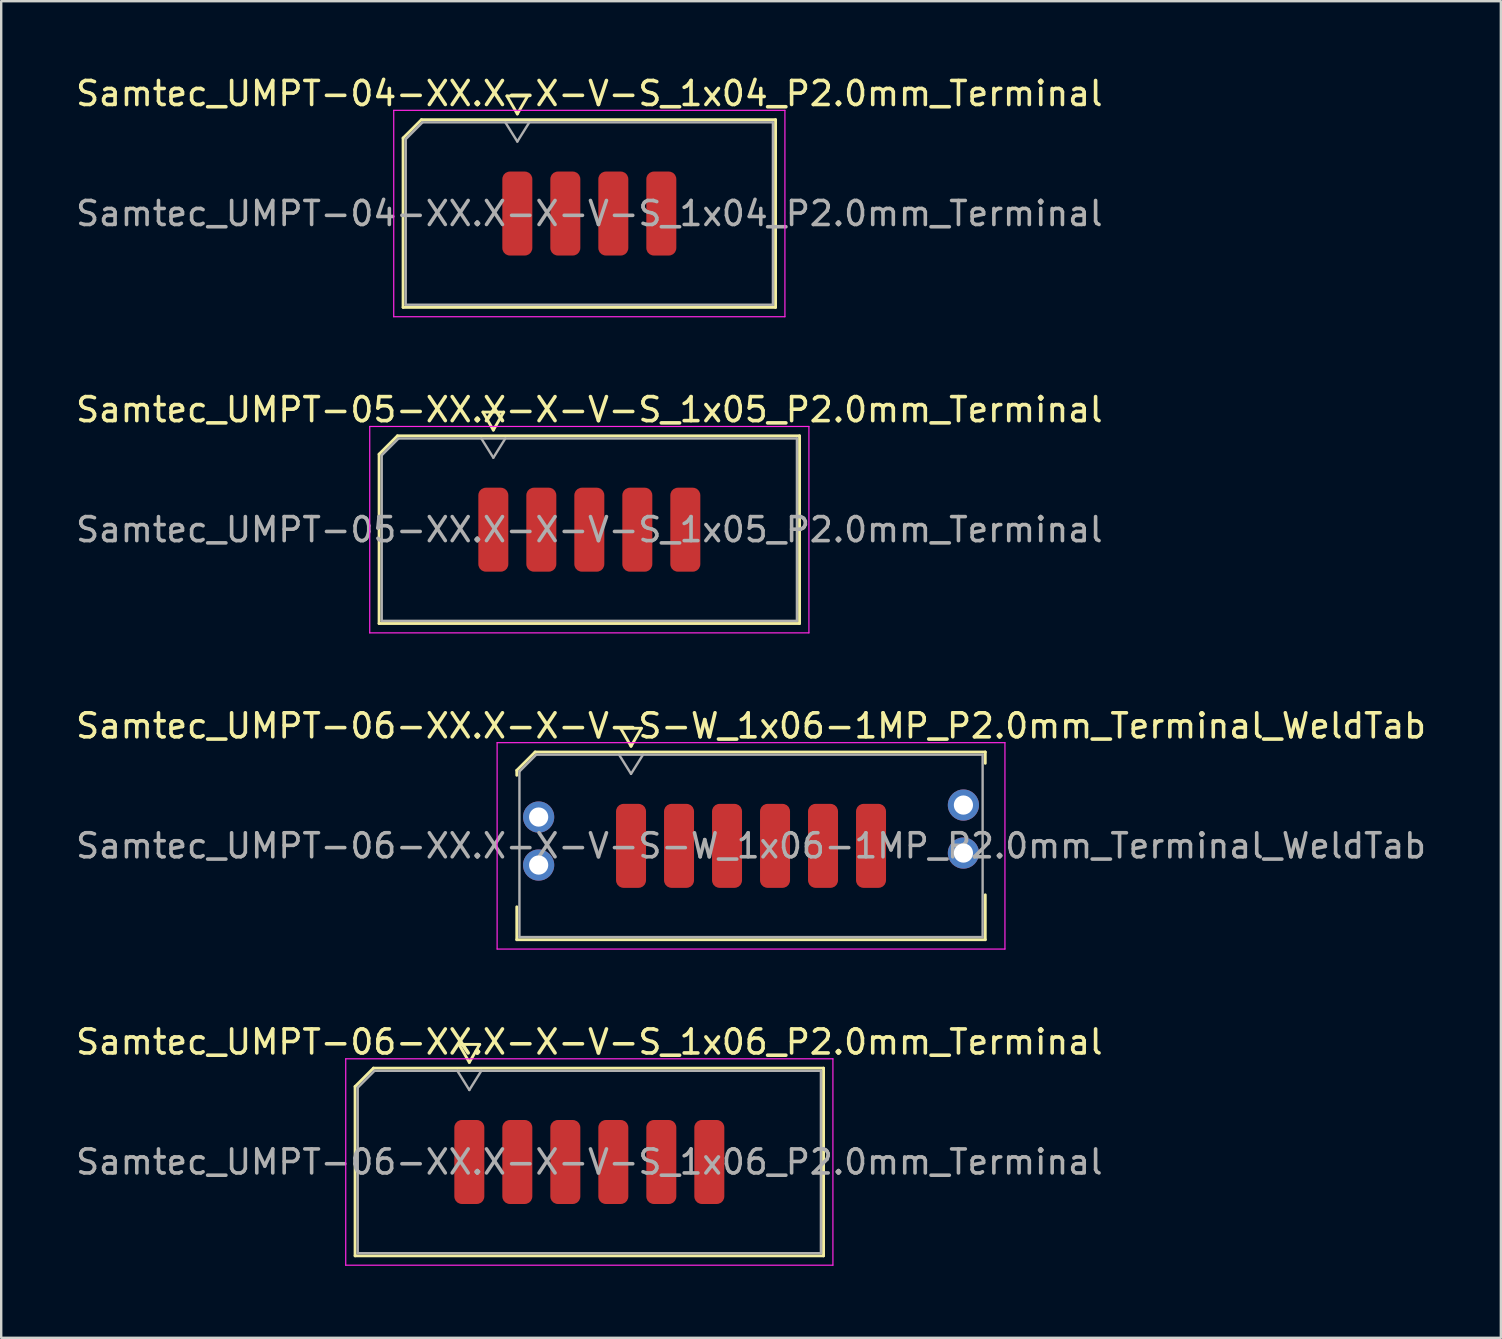
<source format=kicad_pcb>
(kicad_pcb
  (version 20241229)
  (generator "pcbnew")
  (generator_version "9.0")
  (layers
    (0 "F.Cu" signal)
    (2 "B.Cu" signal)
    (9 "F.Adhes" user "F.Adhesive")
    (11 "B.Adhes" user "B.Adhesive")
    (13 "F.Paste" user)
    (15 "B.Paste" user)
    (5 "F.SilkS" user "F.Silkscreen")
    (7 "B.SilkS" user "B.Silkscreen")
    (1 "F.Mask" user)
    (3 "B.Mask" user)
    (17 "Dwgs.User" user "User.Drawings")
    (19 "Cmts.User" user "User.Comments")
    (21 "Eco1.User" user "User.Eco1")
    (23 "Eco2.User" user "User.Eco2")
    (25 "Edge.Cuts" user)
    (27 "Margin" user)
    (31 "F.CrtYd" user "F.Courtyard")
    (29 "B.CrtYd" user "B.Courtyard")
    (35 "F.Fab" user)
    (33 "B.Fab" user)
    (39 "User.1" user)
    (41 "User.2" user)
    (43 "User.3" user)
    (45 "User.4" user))
  (footprint "Samtec_UMPT-06-XX.X-X-V-S_1x06_P2.0mm_Terminal"
    (layer "F.Cu")
    (at 21.506 45.368)
    (property "Reference" "Samtec_UMPT-06-XX.X-X-V-S_1x06_P2.0mm_Terminal" (at 0 -5 0) (layer "F.SilkS") (effects (font (size 1 1) (thickness 0.15))))
    (attr smd)
    (fp_line (start -9.76 -3.146) (end -8.996 -3.91) (stroke (width 0.12) (type solid)) (layer "F.SilkS"))
    (fp_line (start -9.76 3.91) (end -9.76 -3.146) (stroke (width 0.12) (type solid)) (layer "F.SilkS"))
    (fp_line (start -8.996 -3.91) (end 9.76 -3.91) (stroke (width 0.12) (type solid)) (layer "F.SilkS"))
    (fp_line (start -5.433 -4.9) (end -5 -4.15) (stroke (width 0.12) (type solid)) (layer "F.SilkS"))
    (fp_line (start -5 -4.15) (end -4.567 -4.9) (stroke (width 0.12) (type solid)) (layer "F.SilkS"))
    (fp_line (start -4.567 -4.9) (end -5.433 -4.9) (stroke (width 0.12) (type solid)) (layer "F.SilkS"))
    (fp_line (start 9.76 -3.91) (end 9.76 3.91) (stroke (width 0.12) (type solid)) (layer "F.SilkS"))
    (fp_line (start 9.76 3.91) (end -9.76 3.91) (stroke (width 0.12) (type solid)) (layer "F.SilkS"))
    (fp_line (start -10.15 -4.3) (end -10.15 4.3) (stroke (width 0.05) (type solid)) (layer "F.CrtYd"))
    (fp_line (start -10.15 4.3) (end 10.15 4.3) (stroke (width 0.05) (type solid)) (layer "F.CrtYd"))
    (fp_line (start 10.15 -4.3) (end -10.15 -4.3) (stroke (width 0.05) (type solid)) (layer "F.CrtYd"))
    (fp_line (start 10.15 4.3) (end 10.15 -4.3) (stroke (width 0.05) (type solid)) (layer "F.CrtYd"))
    (fp_line (start -9.65 -3.1) (end -8.95 -3.8) (stroke (width 0.1) (type solid)) (layer "F.Fab"))
    (fp_line (start -9.65 3.8) (end -9.65 -3.1) (stroke (width 0.1) (type solid)) (layer "F.Fab"))
    (fp_line (start -8.95 -3.8) (end 9.65 -3.8) (stroke (width 0.1) (type solid)) (layer "F.Fab"))
    (fp_line (start -5.5 -3.8) (end -5 -3) (stroke (width 0.1) (type solid)) (layer "F.Fab"))
    (fp_line (start -5 -3) (end -4.5 -3.8) (stroke (width 0.1) (type solid)) (layer "F.Fab"))
    (fp_line (start 9.65 -3.8) (end 9.65 3.8) (stroke (width 0.1) (type solid)) (layer "F.Fab"))
    (fp_line (start 9.65 3.8) (end -9.65 3.8) (stroke (width 0.1) (type solid)) (layer "F.Fab"))
    (fp_text user "${REFERENCE}" (at 0 0 0) (layer "F.Fab") (effects (font (size 1 1) (thickness 0.15))))
    (pad "1" smd roundrect (at -5 0) (size 1.25 3.5) (layers "F.Cu" "F.Mask" "F.Paste") (roundrect_rratio 0.25))
    (pad "2" smd roundrect (at -3 0) (size 1.25 3.5) (layers "F.Cu" "F.Mask" "F.Paste") (roundrect_rratio 0.25))
    (pad "3" smd roundrect (at -1 0) (size 1.25 3.5) (layers "F.Cu" "F.Mask" "F.Paste") (roundrect_rratio 0.25))
    (pad "4" smd roundrect (at 1 0) (size 1.25 3.5) (layers "F.Cu" "F.Mask" "F.Paste") (roundrect_rratio 0.25))
    (pad "5" smd roundrect (at 3 0) (size 1.25 3.5) (layers "F.Cu" "F.Mask" "F.Paste") (roundrect_rratio 0.25))
    (pad "6" smd roundrect (at 5 0) (size 1.25 3.5) (layers "F.Cu" "F.Mask" "F.Paste") (roundrect_rratio 0.25)))
  (footprint "Samtec_UMPT-06-XX.X-X-V-S-W_1x06-1MP_P2.0mm_Terminal_WeldTab"
    (layer "F.Cu")
    (at 28.244 32.195)
    (property "Reference" "Samtec_UMPT-06-XX.X-X-V-S-W_1x06-1MP_P2.0mm_Terminal_WeldTab" (at 0 -5 0) (layer "F.SilkS") (effects (font (size 1 1) (thickness 0.15))))
    (attr smd)
    (fp_line (start -9.76 -3.146) (end -8.996 -3.91) (stroke (width 0.12) (type solid)) (layer "F.SilkS"))
    (fp_line (start -9.76 -2.94) (end -9.76 -3.146) (stroke (width 0.12) (type solid)) (layer "F.SilkS"))
    (fp_line (start -9.76 3.91) (end -9.76 2.54) (stroke (width 0.12) (type solid)) (layer "F.SilkS"))
    (fp_line (start -8.996 -3.91) (end 9.76 -3.91) (stroke (width 0.12) (type solid)) (layer "F.SilkS"))
    (fp_line (start -5.433 -4.9) (end -5 -4.15) (stroke (width 0.12) (type solid)) (layer "F.SilkS"))
    (fp_line (start -5 -4.15) (end -4.567 -4.9) (stroke (width 0.12) (type solid)) (layer "F.SilkS"))
    (fp_line (start -4.567 -4.9) (end -5.433 -4.9) (stroke (width 0.12) (type solid)) (layer "F.SilkS"))
    (fp_line (start 9.76 -3.91) (end 9.76 -3.44) (stroke (width 0.12) (type solid)) (layer "F.SilkS"))
    (fp_line (start 9.76 2.04) (end 9.76 3.91) (stroke (width 0.12) (type solid)) (layer "F.SilkS"))
    (fp_line (start 9.76 3.91) (end -9.76 3.91) (stroke (width 0.12) (type solid)) (layer "F.SilkS"))
    (fp_line (start -10.58 -4.3) (end -10.58 4.3) (stroke (width 0.05) (type solid)) (layer "F.CrtYd"))
    (fp_line (start -10.58 4.3) (end 10.58 4.3) (stroke (width 0.05) (type solid)) (layer "F.CrtYd"))
    (fp_line (start 10.58 -4.3) (end -10.58 -4.3) (stroke (width 0.05) (type solid)) (layer "F.CrtYd"))
    (fp_line (start 10.58 4.3) (end 10.58 -4.3) (stroke (width 0.05) (type solid)) (layer "F.CrtYd"))
    (fp_line (start -9.65 -3.1) (end -8.95 -3.8) (stroke (width 0.1) (type solid)) (layer "F.Fab"))
    (fp_line (start -9.65 3.8) (end -9.65 -3.1) (stroke (width 0.1) (type solid)) (layer "F.Fab"))
    (fp_line (start -8.95 -3.8) (end 9.65 -3.8) (stroke (width 0.1) (type solid)) (layer "F.Fab"))
    (fp_line (start -5.5 -3.8) (end -5 -3) (stroke (width 0.1) (type solid)) (layer "F.Fab"))
    (fp_line (start -5 -3) (end -4.5 -3.8) (stroke (width 0.1) (type solid)) (layer "F.Fab"))
    (fp_line (start 9.65 -3.8) (end 9.65 3.8) (stroke (width 0.1) (type solid)) (layer "F.Fab"))
    (fp_line (start 9.65 3.8) (end -9.65 3.8) (stroke (width 0.1) (type solid)) (layer "F.Fab"))
    (fp_text user "${REFERENCE}" (at 0 0 0) (layer "F.Fab") (effects (font (size 1 1) (thickness 0.15))))
    (pad "" smd rect (at -8.85 -1.54) (size 2.45 2.28) (layers "F.Paste"))
    (pad "" smd rect (at -8.85 1.14) (size 2.45 2.28) (layers "F.Paste"))
    (pad "" smd rect (at 8.85 -2.04) (size 2.45 2.28) (layers "F.Paste"))
    (pad "" smd rect (at 8.85 0.64) (size 2.45 2.28) (layers "F.Paste"))
    (pad "1" smd roundrect (at -5 0) (size 1.25 3.5) (layers "F.Cu" "F.Mask" "F.Paste") (roundrect_rratio 0.25))
    (pad "2" smd roundrect (at -3 0) (size 1.25 3.5) (layers "F.Cu" "F.Mask" "F.Paste") (roundrect_rratio 0.25))
    (pad "3" smd roundrect (at -1 0) (size 1.25 3.5) (layers "F.Cu" "F.Mask" "F.Paste") (roundrect_rratio 0.25))
    (pad "4" smd roundrect (at 1 0) (size 1.25 3.5) (layers "F.Cu" "F.Mask" "F.Paste") (roundrect_rratio 0.25))
    (pad "5" smd roundrect (at 3 0) (size 1.25 3.5) (layers "F.Cu" "F.Mask" "F.Paste") (roundrect_rratio 0.25))
    (pad "6" smd roundrect (at 5 0) (size 1.25 3.5) (layers "F.Cu" "F.Mask" "F.Paste") (roundrect_rratio 0.25))
    (pad "MP" thru_hole circle (at -8.85 -1.2) (size 1.3 1.3) (drill 0.8) (layers "*.Cu" "*.Mask"))
    (pad "MP" thru_hole circle (at -8.85 0.8) (size 1.3 1.3) (drill 0.8) (layers "*.Cu" "*.Mask"))
    (pad "MP" thru_hole circle (at 8.85 -1.7) (size 1.3 1.3) (drill 0.8) (layers "*.Cu" "*.Mask"))
    (pad "MP" thru_hole circle (at 8.85 0.3) (size 1.3 1.3) (drill 0.8) (layers "*.Cu" "*.Mask")))
  (footprint "Samtec_UMPT-04-XX.X-X-V-S_1x04_P2.0mm_Terminal"
    (layer "F.Cu")
    (at 21.506 5.848)
    (property "Reference" "Samtec_UMPT-04-XX.X-X-V-S_1x04_P2.0mm_Terminal" (at 0 -5 0) (layer "F.SilkS") (effects (font (size 1 1) (thickness 0.15))))
    (attr smd)
    (fp_line (start -7.76 -3.146) (end -6.996 -3.91) (stroke (width 0.12) (type solid)) (layer "F.SilkS"))
    (fp_line (start -7.76 3.91) (end -7.76 -3.146) (stroke (width 0.12) (type solid)) (layer "F.SilkS"))
    (fp_line (start -6.996 -3.91) (end 7.76 -3.91) (stroke (width 0.12) (type solid)) (layer "F.SilkS"))
    (fp_line (start -3.433 -4.9) (end -3 -4.15) (stroke (width 0.12) (type solid)) (layer "F.SilkS"))
    (fp_line (start -3 -4.15) (end -2.567 -4.9) (stroke (width 0.12) (type solid)) (layer "F.SilkS"))
    (fp_line (start -2.567 -4.9) (end -3.433 -4.9) (stroke (width 0.12) (type solid)) (layer "F.SilkS"))
    (fp_line (start 7.76 -3.91) (end 7.76 3.91) (stroke (width 0.12) (type solid)) (layer "F.SilkS"))
    (fp_line (start 7.76 3.91) (end -7.76 3.91) (stroke (width 0.12) (type solid)) (layer "F.SilkS"))
    (fp_line (start -8.15 -4.3) (end -8.15 4.3) (stroke (width 0.05) (type solid)) (layer "F.CrtYd"))
    (fp_line (start -8.15 4.3) (end 8.15 4.3) (stroke (width 0.05) (type solid)) (layer "F.CrtYd"))
    (fp_line (start 8.15 -4.3) (end -8.15 -4.3) (stroke (width 0.05) (type solid)) (layer "F.CrtYd"))
    (fp_line (start 8.15 4.3) (end 8.15 -4.3) (stroke (width 0.05) (type solid)) (layer "F.CrtYd"))
    (fp_line (start -7.65 -3.1) (end -6.95 -3.8) (stroke (width 0.1) (type solid)) (layer "F.Fab"))
    (fp_line (start -7.65 3.8) (end -7.65 -3.1) (stroke (width 0.1) (type solid)) (layer "F.Fab"))
    (fp_line (start -6.95 -3.8) (end 7.65 -3.8) (stroke (width 0.1) (type solid)) (layer "F.Fab"))
    (fp_line (start -3.5 -3.8) (end -3 -3) (stroke (width 0.1) (type solid)) (layer "F.Fab"))
    (fp_line (start -3 -3) (end -2.5 -3.8) (stroke (width 0.1) (type solid)) (layer "F.Fab"))
    (fp_line (start 7.65 -3.8) (end 7.65 3.8) (stroke (width 0.1) (type solid)) (layer "F.Fab"))
    (fp_line (start 7.65 3.8) (end -7.65 3.8) (stroke (width 0.1) (type solid)) (layer "F.Fab"))
    (fp_text user "${REFERENCE}" (at 0 0 0) (layer "F.Fab") (effects (font (size 1 1) (thickness 0.15))))
    (pad "1" smd roundrect (at -3 0) (size 1.25 3.5) (layers "F.Cu" "F.Mask" "F.Paste") (roundrect_rratio 0.25))
    (pad "2" smd roundrect (at -1 0) (size 1.25 3.5) (layers "F.Cu" "F.Mask" "F.Paste") (roundrect_rratio 0.25))
    (pad "3" smd roundrect (at 1 0) (size 1.25 3.5) (layers "F.Cu" "F.Mask" "F.Paste") (roundrect_rratio 0.25))
    (pad "4" smd roundrect (at 3 0) (size 1.25 3.5) (layers "F.Cu" "F.Mask" "F.Paste") (roundrect_rratio 0.25)))
  (footprint "Samtec_UMPT-05-XX.X-X-V-S_1x05_P2.0mm_Terminal"
    (layer "F.Cu")
    (at 21.506 19.021)
    (property "Reference" "Samtec_UMPT-05-XX.X-X-V-S_1x05_P2.0mm_Terminal" (at 0 -5 0) (layer "F.SilkS") (effects (font (size 1 1) (thickness 0.15))))
    (attr smd)
    (fp_line (start -8.76 -3.146) (end -7.996 -3.91) (stroke (width 0.12) (type solid)) (layer "F.SilkS"))
    (fp_line (start -8.76 3.91) (end -8.76 -3.146) (stroke (width 0.12) (type solid)) (layer "F.SilkS"))
    (fp_line (start -7.996 -3.91) (end 8.76 -3.91) (stroke (width 0.12) (type solid)) (layer "F.SilkS"))
    (fp_line (start -4.433 -4.9) (end -4 -4.15) (stroke (width 0.12) (type solid)) (layer "F.SilkS"))
    (fp_line (start -4 -4.15) (end -3.567 -4.9) (stroke (width 0.12) (type solid)) (layer "F.SilkS"))
    (fp_line (start -3.567 -4.9) (end -4.433 -4.9) (stroke (width 0.12) (type solid)) (layer "F.SilkS"))
    (fp_line (start 8.76 -3.91) (end 8.76 3.91) (stroke (width 0.12) (type solid)) (layer "F.SilkS"))
    (fp_line (start 8.76 3.91) (end -8.76 3.91) (stroke (width 0.12) (type solid)) (layer "F.SilkS"))
    (fp_line (start -9.15 -4.3) (end -9.15 4.3) (stroke (width 0.05) (type solid)) (layer "F.CrtYd"))
    (fp_line (start -9.15 4.3) (end 9.15 4.3) (stroke (width 0.05) (type solid)) (layer "F.CrtYd"))
    (fp_line (start 9.15 -4.3) (end -9.15 -4.3) (stroke (width 0.05) (type solid)) (layer "F.CrtYd"))
    (fp_line (start 9.15 4.3) (end 9.15 -4.3) (stroke (width 0.05) (type solid)) (layer "F.CrtYd"))
    (fp_line (start -8.65 -3.1) (end -7.95 -3.8) (stroke (width 0.1) (type solid)) (layer "F.Fab"))
    (fp_line (start -8.65 3.8) (end -8.65 -3.1) (stroke (width 0.1) (type solid)) (layer "F.Fab"))
    (fp_line (start -7.95 -3.8) (end 8.65 -3.8) (stroke (width 0.1) (type solid)) (layer "F.Fab"))
    (fp_line (start -4.5 -3.8) (end -4 -3) (stroke (width 0.1) (type solid)) (layer "F.Fab"))
    (fp_line (start -4 -3) (end -3.5 -3.8) (stroke (width 0.1) (type solid)) (layer "F.Fab"))
    (fp_line (start 8.65 -3.8) (end 8.65 3.8) (stroke (width 0.1) (type solid)) (layer "F.Fab"))
    (fp_line (start 8.65 3.8) (end -8.65 3.8) (stroke (width 0.1) (type solid)) (layer "F.Fab"))
    (fp_text user "${REFERENCE}" (at 0 0 0) (layer "F.Fab") (effects (font (size 1 1) (thickness 0.15))))
    (pad "1" smd roundrect (at -4 0) (size 1.25 3.5) (layers "F.Cu" "F.Mask" "F.Paste") (roundrect_rratio 0.25))
    (pad "2" smd roundrect (at -2 0) (size 1.25 3.5) (layers "F.Cu" "F.Mask" "F.Paste") (roundrect_rratio 0.25))
    (pad "3" smd roundrect (at 0 0) (size 1.25 3.5) (layers "F.Cu" "F.Mask" "F.Paste") (roundrect_rratio 0.25))
    (pad "4" smd roundrect (at 2 0) (size 1.25 3.5) (layers "F.Cu" "F.Mask" "F.Paste") (roundrect_rratio 0.25))
    (pad "5" smd roundrect (at 4 0) (size 1.25 3.5) (layers "F.Cu" "F.Mask" "F.Paste") (roundrect_rratio 0.25)))
  (gr_rect
    (start -3 -3)
    (end 59.488 52.693)
    (stroke (width 0.1) (type default))
    (fill no)
    (layer "Edge.Cuts")))
</source>
